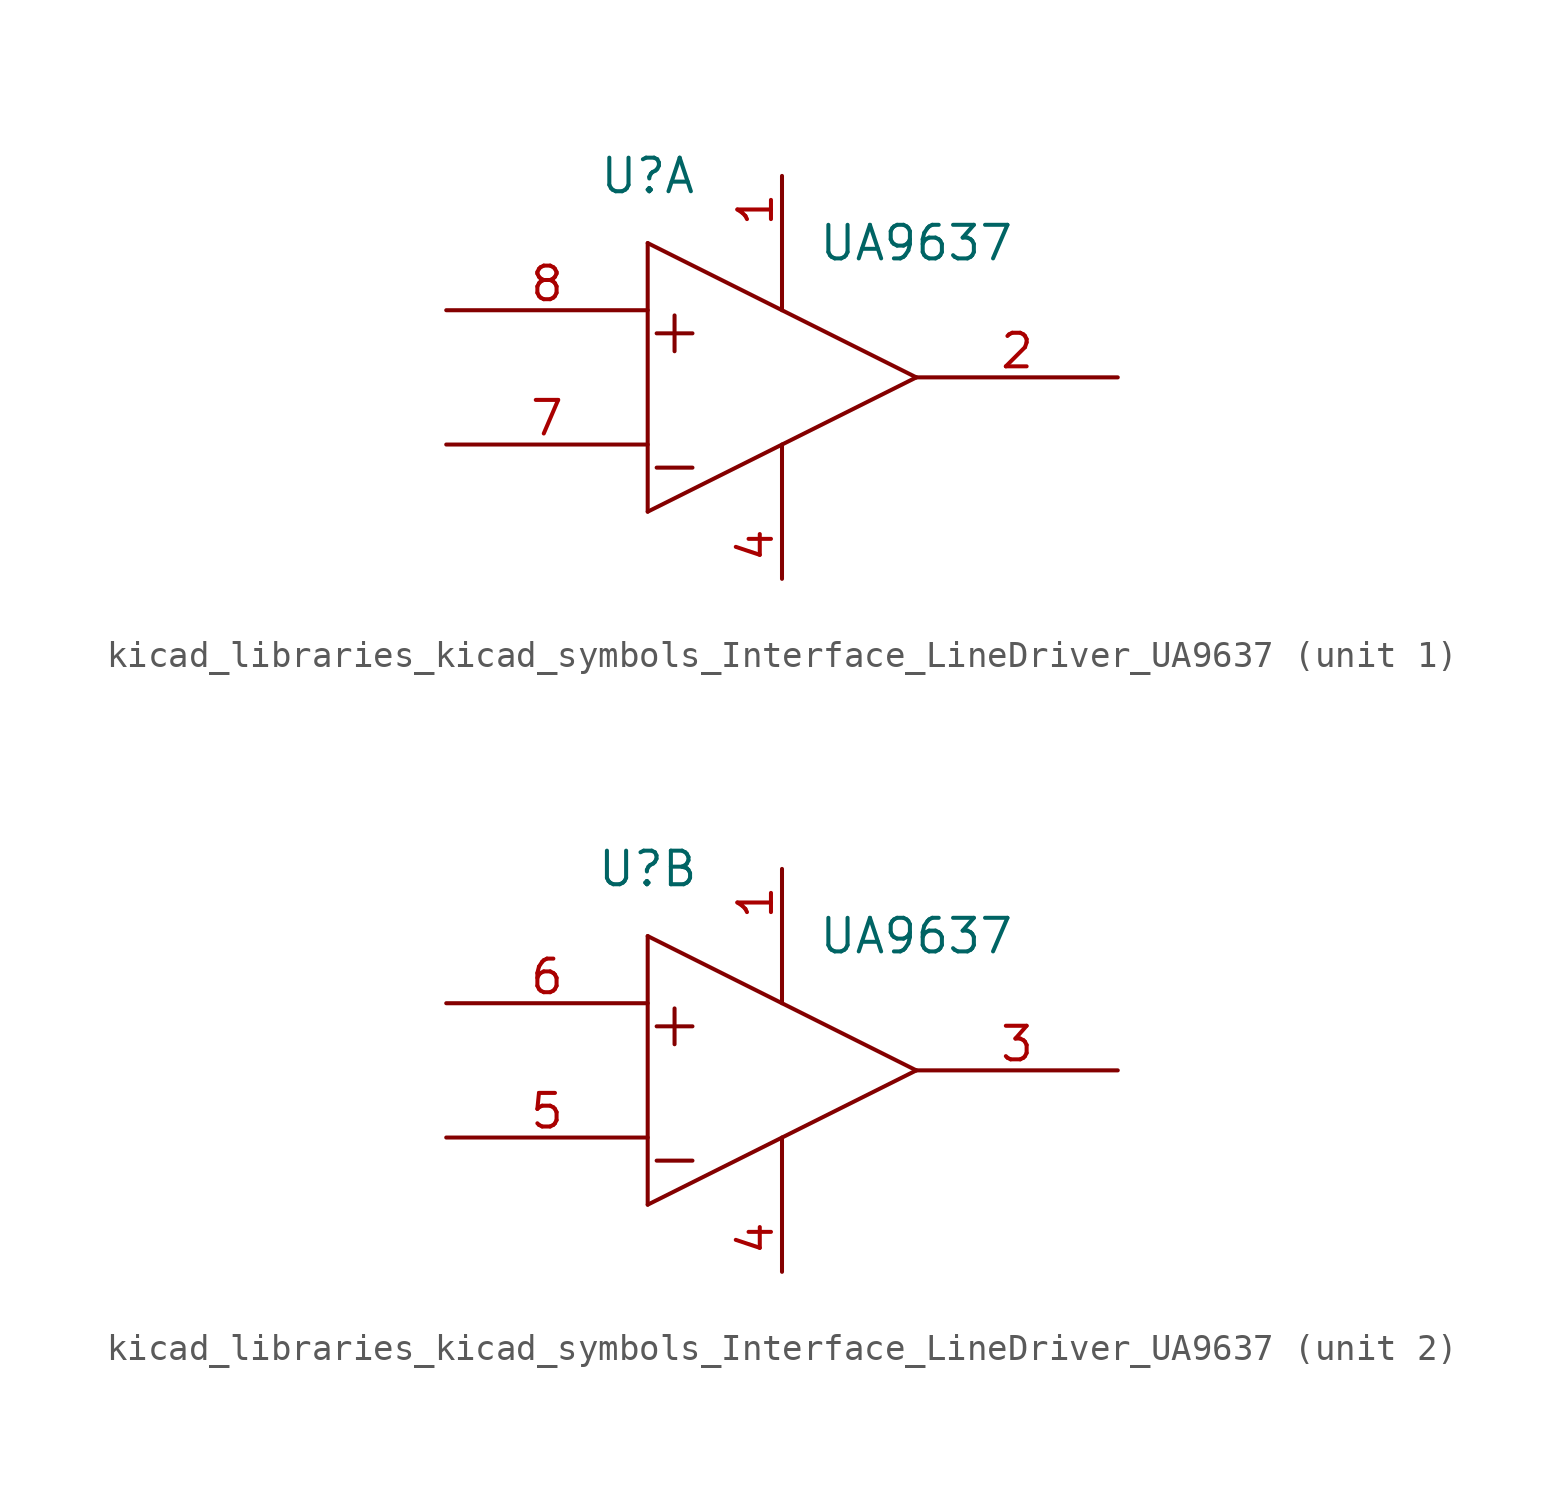
<source format=kicad_sym>
(kicad_symbol_lib
  (version 20220914)
  (generator kicad_symbol_editor)
  (symbol "kicad_libraries_kicad_symbols_Interface_LineDriver_UA9637"
    (pin_names
      (offset 1.016) hide)
    (property "Reference" "U"
      (at -5.08 7.62 0)
      (effects (font (size 1.27 1.27))))
    (property "Value" "UA9637"
      (at 5.08 5.08 0)
      (effects (font (size 1.27 1.27))))
    (symbol "kicad_libraries_kicad_symbols_Interface_LineDriver_UA9637_0_1"
      (polyline (pts (xy -5.08 5.08) (xy -5.08 -5.08)) (stroke (width 0) (type default)) (fill (type none)))
      (polyline (pts (xy -5.08 5.08) (xy 5.08 0)) (stroke (width 0) (type default)) (fill (type none)))
      (polyline (pts (xy 0 -2.54) (xy 0 -5.08)) (stroke (width 0) (type default)) (fill (type none)))
      (polyline (pts (xy 0 5.08) (xy 0 2.54)) (stroke (width 0) (type default)) (fill (type none)))
      (polyline (pts (xy 5.08 0) (xy -5.08 -5.08)) (stroke (width 0) (type default)) (fill (type none)))
      (text "+" (at -4.064 1.803 0) (effects (font (size 1.778 1.778))))
      (text "-" (at -4.064 -3.277 0) (effects (font (size 1.778 1.778)))))
    (symbol "kicad_libraries_kicad_symbols_Interface_LineDriver_UA9637_1_1"
      (pin power_in line (at 0 7.62 270) (length 2.54) (name "VCC" (effects (font (size 1.27 1.27)))) (number "1" (effects (font (size 1.27 1.27)))))
      (pin output line (at 12.7 0 180) (length 7.62) (name "OUT" (effects (font (size 1.27 1.27)))) (number "2" (effects (font (size 1.27 1.27)))))
      (pin power_in line (at 0 -7.62 90) (length 2.54) (name "GND" (effects (font (size 1.27 1.27)))) (number "4" (effects (font (size 1.27 1.27)))))
      (pin input line (at -12.7 -2.54 0) (length 7.62) (name "IN-" (effects (font (size 1.27 1.27)))) (number "7" (effects (font (size 1.27 1.27)))))
      (pin input line (at -12.7 2.54 0) (length 7.62) (name "IN+" (effects (font (size 1.27 1.27)))) (number "8" (effects (font (size 1.27 1.27))))))
    (symbol "kicad_libraries_kicad_symbols_Interface_LineDriver_UA9637_2_1"
      (pin power_in line (at 0 7.62 270) (length 2.54) (name "VCC" (effects (font (size 1.27 1.27)))) (number "1" (effects (font (size 1.27 1.27)))))
      (pin output line (at 12.7 0 180) (length 7.62) (name "OUT" (effects (font (size 1.27 1.27)))) (number "3" (effects (font (size 1.27 1.27)))))
      (pin power_in line (at 0 -7.62 90) (length 2.54) (name "GND" (effects (font (size 1.27 1.27)))) (number "4" (effects (font (size 1.27 1.27)))))
      (pin input line (at -12.7 -2.54 0) (length 7.62) (name "IN-" (effects (font (size 1.27 1.27)))) (number "5" (effects (font (size 1.27 1.27)))))
      (pin input line (at -12.7 2.54 0) (length 7.62) (name "IN+" (effects (font (size 1.27 1.27)))) (number "6" (effects (font (size 1.27 1.27))))))))
</source>
